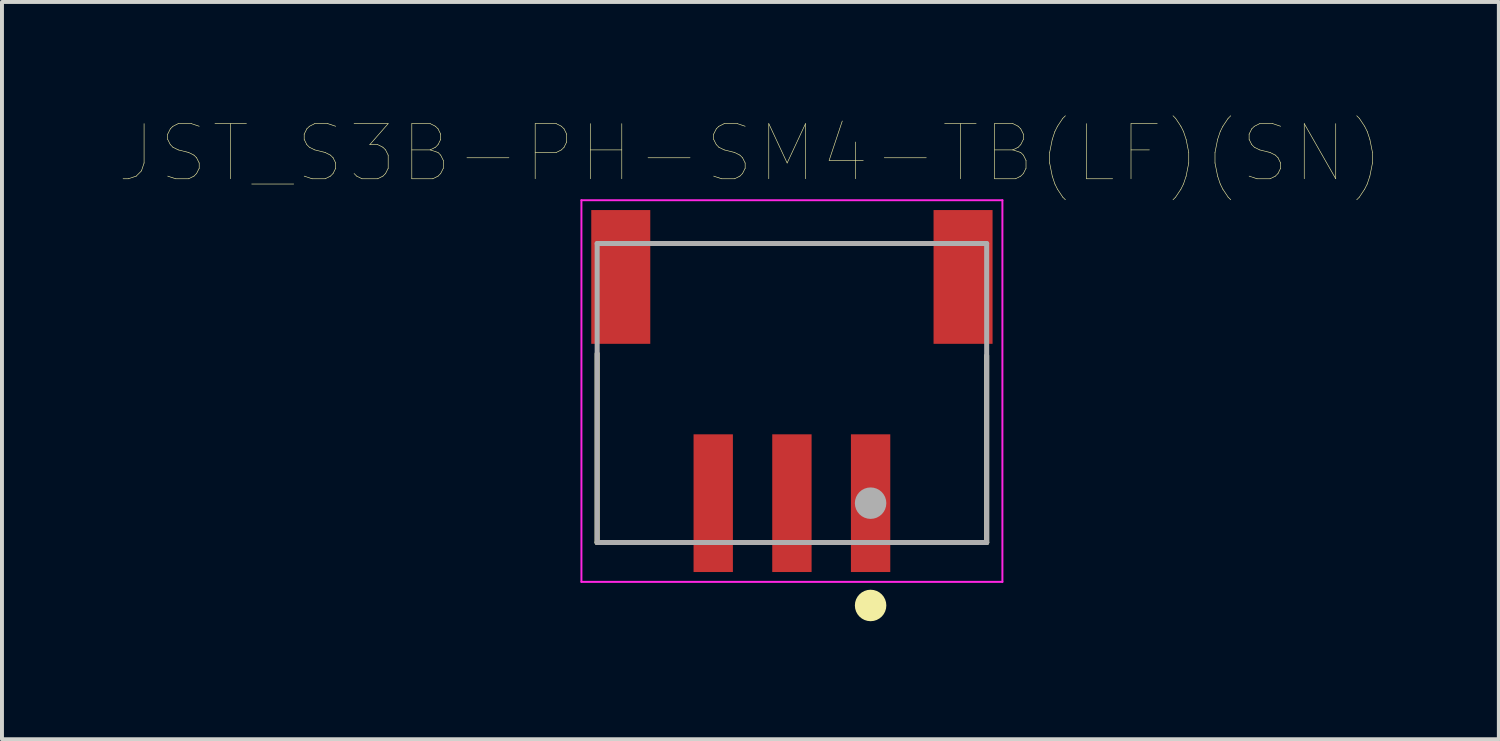
<source format=kicad_pcb>
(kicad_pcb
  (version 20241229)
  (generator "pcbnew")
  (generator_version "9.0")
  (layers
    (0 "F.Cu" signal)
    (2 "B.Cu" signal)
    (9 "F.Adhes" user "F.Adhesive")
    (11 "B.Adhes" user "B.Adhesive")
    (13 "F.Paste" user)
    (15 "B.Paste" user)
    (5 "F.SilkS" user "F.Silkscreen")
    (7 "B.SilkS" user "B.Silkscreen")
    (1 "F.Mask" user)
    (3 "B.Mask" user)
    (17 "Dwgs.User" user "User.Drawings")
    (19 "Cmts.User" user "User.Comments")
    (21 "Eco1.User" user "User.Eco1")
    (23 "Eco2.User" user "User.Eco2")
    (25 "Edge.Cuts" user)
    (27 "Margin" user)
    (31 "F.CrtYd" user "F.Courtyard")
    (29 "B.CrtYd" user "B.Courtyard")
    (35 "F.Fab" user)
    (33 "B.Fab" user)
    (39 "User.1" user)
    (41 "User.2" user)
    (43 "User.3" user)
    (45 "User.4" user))
  (footprint "JST_S3B-PH-SM4-TB(LF)(SN)"
    (layer "F.Cu")
    (at 17.078 9.739)
    (property "Reference" "JST_S3B-PH-SM4-TB(LF)(SN)" (at -1.055 -8.893 0) (layer "F.SilkS") (effects (font (size 1.401 1.401) (thickness 0.015))))
    (attr through_hole)
    (fp_line (start -4.95 -3.8) (end -4.95 1) (stroke (width 0.127) (type solid)) (layer "F.SilkS"))
    (fp_line (start -4.95 1) (end -2.8 1) (stroke (width 0.127) (type solid)) (layer "F.SilkS"))
    (fp_line (start -3.3 -6.6) (end 3.25 -6.6) (stroke (width 0.127) (type solid)) (layer "F.SilkS"))
    (fp_line (start 2.8 1) (end 4.95 1) (stroke (width 0.127) (type solid)) (layer "F.SilkS"))
    (fp_line (start 4.95 1) (end 4.95 -3.75) (stroke (width 0.127) (type solid)) (layer "F.SilkS"))
    (fp_circle (center 2 2.6) (end 2.2 2.6) (stroke (width 0.4) (type solid)) (fill no) (layer "F.SilkS"))
    (fp_line (start -5.35 -7.7) (end 5.35 -7.7) (stroke (width 0.05) (type solid)) (layer "F.CrtYd"))
    (fp_line (start -5.35 2) (end -5.35 -7.7) (stroke (width 0.05) (type solid)) (layer "F.CrtYd"))
    (fp_line (start 5.35 -7.7) (end 5.35 2) (stroke (width 0.05) (type solid)) (layer "F.CrtYd"))
    (fp_line (start 5.35 2) (end -5.35 2) (stroke (width 0.05) (type solid)) (layer "F.CrtYd"))
    (fp_line (start -4.95 -6.6) (end -4.95 1) (stroke (width 0.127) (type solid)) (layer "F.Fab"))
    (fp_line (start -4.95 1) (end 4.95 1) (stroke (width 0.127) (type solid)) (layer "F.Fab"))
    (fp_line (start 4.95 -6.6) (end -4.95 -6.6) (stroke (width 0.127) (type solid)) (layer "F.Fab"))
    (fp_line (start 4.95 1) (end 4.95 -6.6) (stroke (width 0.127) (type solid)) (layer "F.Fab"))
    (fp_circle (center 2 0) (end 2.2 0) (stroke (width 0.4) (type solid)) (fill no) (layer "F.Fab"))
    (pad "1" smd rect (at 2 0) (size 1 3.5) (layers "F.Cu" "F.Mask" "F.Paste"))
    (pad "2" smd rect (at 0 0) (size 1 3.5) (layers "F.Cu" "F.Mask" "F.Paste"))
    (pad "3" smd rect (at -2 0) (size 1 3.5) (layers "F.Cu" "F.Mask" "F.Paste"))
    (pad "P1" smd rect (at -4.35 -5.75) (size 1.5 3.4) (layers "F.Cu" "F.Mask" "F.Paste"))
    (pad "P2" smd rect (at 4.35 -5.75) (size 1.5 3.4) (layers "F.Cu" "F.Mask" "F.Paste")))
  (gr_rect
    (start -3 -3)
    (end 35.046 15.739)
    (stroke (width 0.1) (type default))
    (fill no)
    (layer "Edge.Cuts")))
</source>
